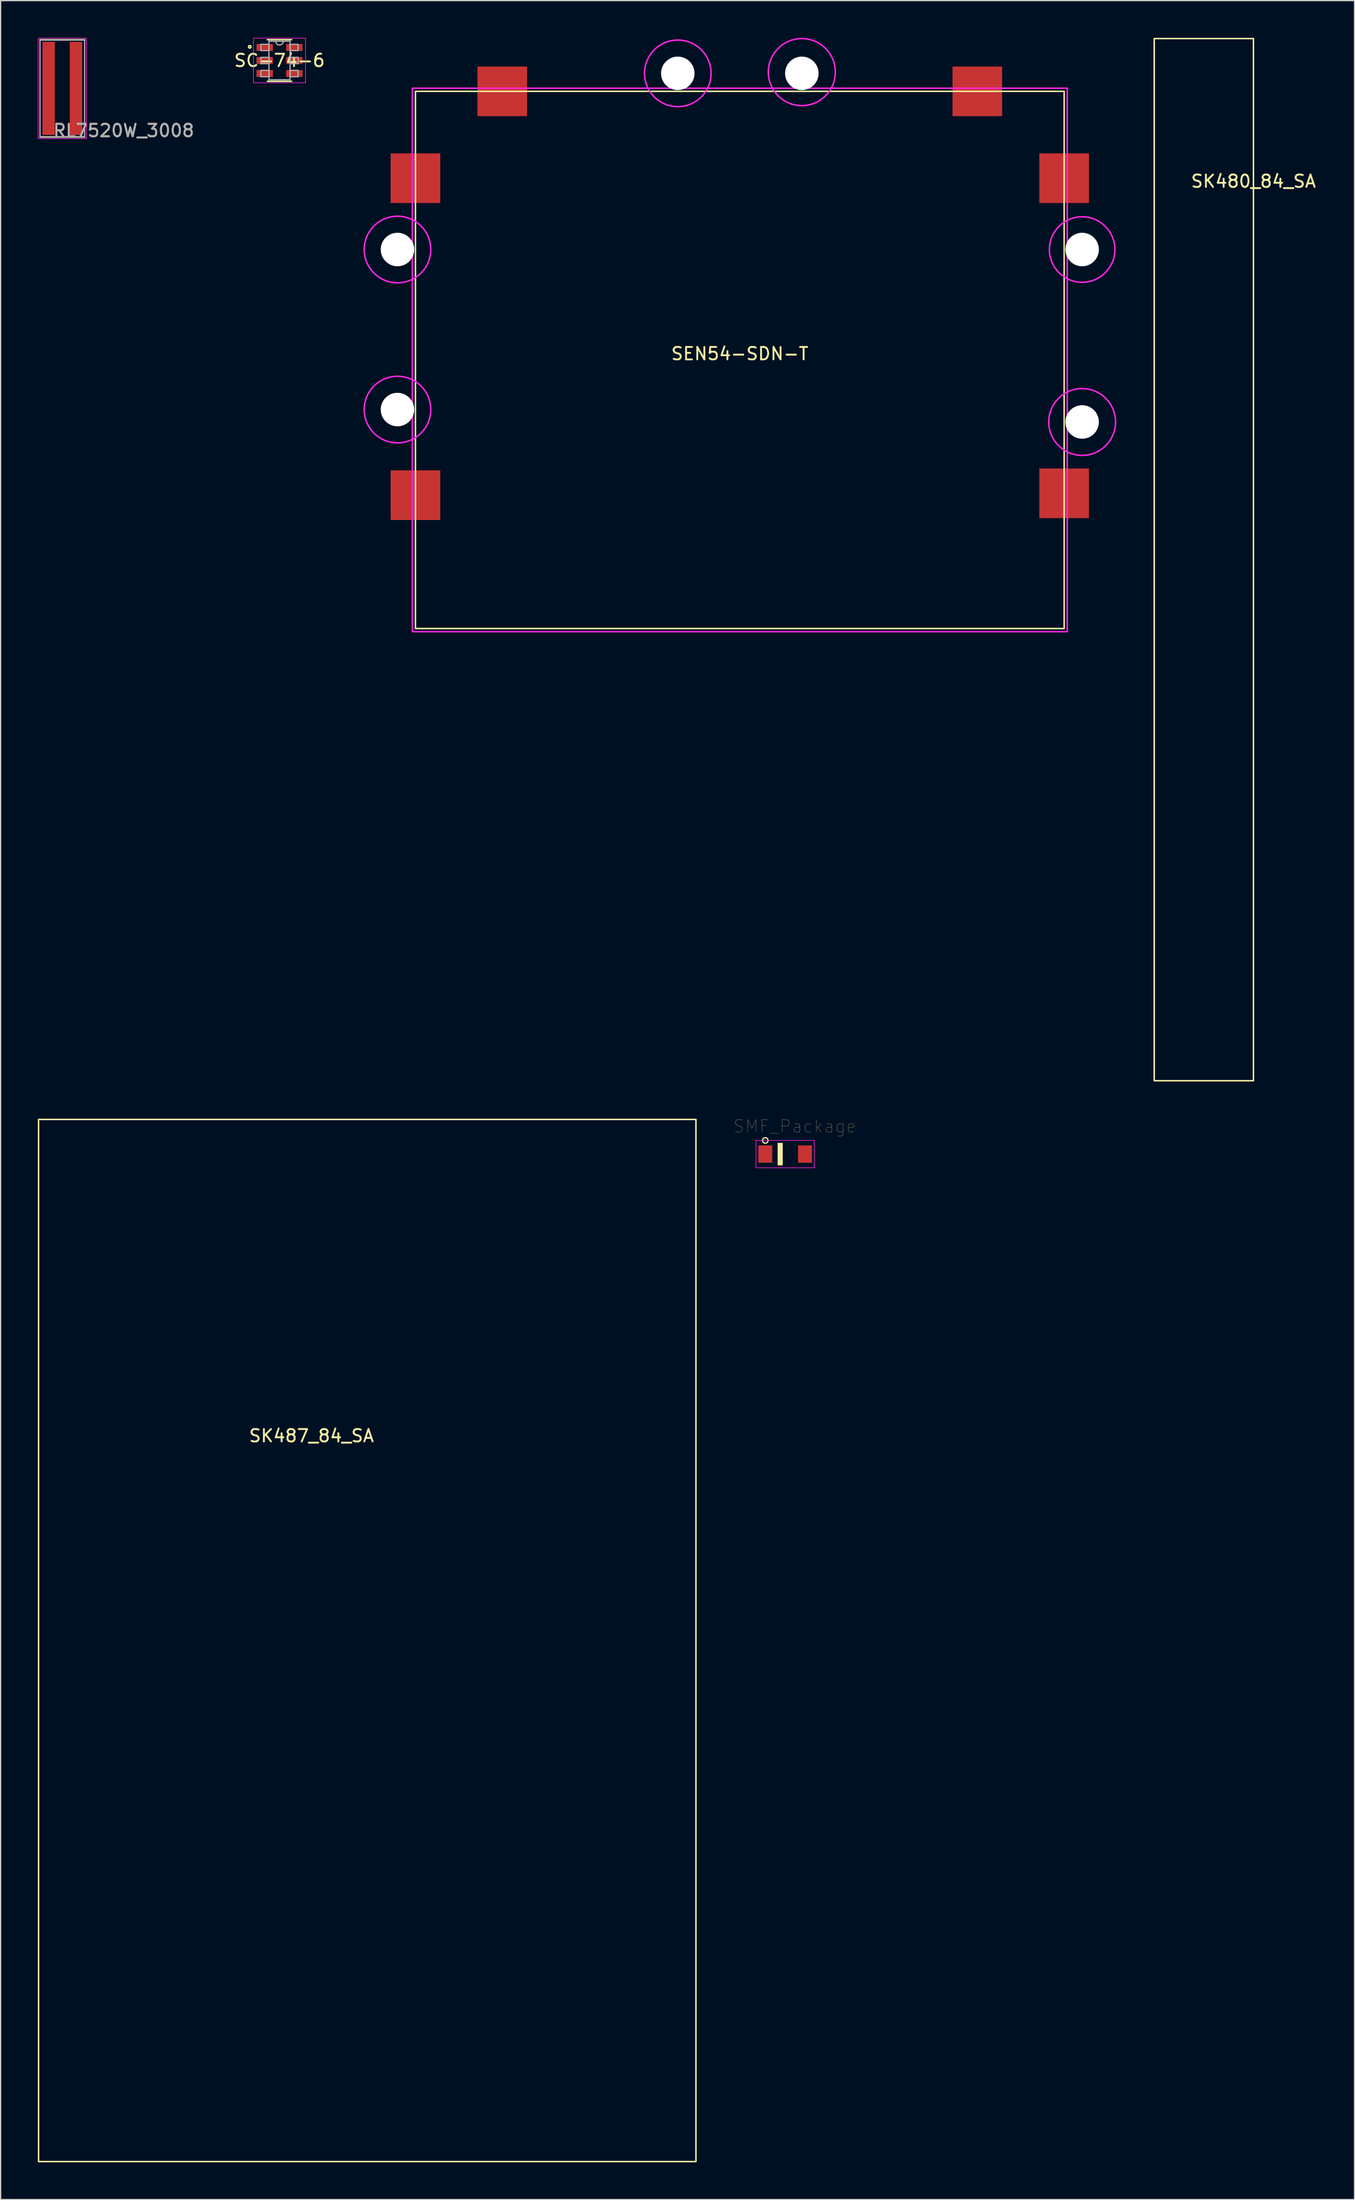
<source format=kicad_pcb>
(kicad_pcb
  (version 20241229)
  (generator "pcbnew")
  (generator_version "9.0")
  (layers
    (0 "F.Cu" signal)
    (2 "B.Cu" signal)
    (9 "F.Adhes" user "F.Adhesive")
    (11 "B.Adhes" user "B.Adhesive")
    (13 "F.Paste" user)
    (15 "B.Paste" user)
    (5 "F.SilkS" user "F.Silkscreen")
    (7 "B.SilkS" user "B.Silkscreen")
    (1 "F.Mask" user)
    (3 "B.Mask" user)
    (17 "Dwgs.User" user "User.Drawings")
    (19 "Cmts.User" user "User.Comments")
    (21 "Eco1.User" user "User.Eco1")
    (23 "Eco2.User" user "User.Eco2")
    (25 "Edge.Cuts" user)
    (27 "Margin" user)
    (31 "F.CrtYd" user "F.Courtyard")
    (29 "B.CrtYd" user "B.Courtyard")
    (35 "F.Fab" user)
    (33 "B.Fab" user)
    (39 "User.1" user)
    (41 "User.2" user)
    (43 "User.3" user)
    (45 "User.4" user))
  (footprint "SEN54-SDN-T"
    (layer "F.Cu")
    (at 56.596 25.962)
    (property "Reference" "SEN54-SDN-T" (at 0 -0.5 0) (unlocked yes) (layer "F.SilkS") (effects (font (size 1 1) (thickness 0.15))))
    (attr smd)
    (fp_rect (start -26.15 -21.65) (end 26.15 21.65) (stroke (width 0.12) (type default)) (fill no) (layer "F.SilkS"))
    (fp_rect (start -26.4 -21.9) (end 26.4 21.9) (stroke (width 0.12) (type default)) (fill no) (layer "F.CrtYd"))
    (fp_circle (center -27.6 -8.9) (end -24.917 -8.9) (stroke (width 0.12) (type default)) (fill no) (layer "F.CrtYd"))
    (fp_circle (center -27.6 4) (end -24.917 4) (stroke (width 0.12) (type default)) (fill no) (layer "F.CrtYd"))
    (fp_circle (center -5 -23.1) (end -2.317 -23.1) (stroke (width 0.12) (type default)) (fill no) (layer "F.CrtYd"))
    (fp_circle (center 5 -23.2) (end 7.1 -21.5) (stroke (width 0.12) (type default)) (fill no) (layer "F.CrtYd"))
    (fp_circle (center 27.6 -8.9) (end 30 -7.8) (stroke (width 0.12) (type default)) (fill no) (layer "F.CrtYd"))
    (fp_circle (center 27.6 5) (end 30.293 5) (stroke (width 0.12) (type default)) (fill no) (layer "F.CrtYd"))
    (pad "" np_thru_hole circle (at -27.6 -8.9) (size 2.7 2.7) (drill 2.7) (layers "*.Cu" "*.Mask"))
    (pad "" np_thru_hole circle (at -27.6 4) (size 2.7 2.7) (drill 2.7) (layers "*.Cu" "*.Mask"))
    (pad "" np_thru_hole circle (at -5 -23.1) (size 2.7 2.7) (drill 2.7) (layers "*.Cu" "*.Mask"))
    (pad "" np_thru_hole circle (at 5 -23.1) (size 2.7 2.7) (drill 2.7) (layers "*.Cu" "*.Mask"))
    (pad "" np_thru_hole circle (at 27.6 -8.9) (size 2.7 2.7) (drill 2.7) (layers "*.Cu" "*.Mask"))
    (pad "" np_thru_hole circle (at 27.6 5) (size 2.7 2.7) (drill 2.7) (layers "*.Cu" "*.Mask"))
    (pad "1" smd rect (at -26.15 -14.65) (size 4 4) (layers "F.Cu" "F.Mask" "F.Paste"))
    (pad "1" smd rect (at -26.15 10.9) (size 4 4) (layers "F.Cu" "F.Mask" "F.Paste"))
    (pad "1" smd rect (at -19.15 -21.65) (size 4 4) (layers "F.Cu" "F.Mask" "F.Paste"))
    (pad "1" smd rect (at 19.15 -21.65) (size 4 4) (layers "F.Cu" "F.Mask" "F.Paste"))
    (pad "1" smd rect (at 26.15 -14.65) (size 4 4) (layers "F.Cu" "F.Mask" "F.Paste"))
    (pad "1" smd rect (at 26.15 10.75) (size 4 4) (layers "F.Cu" "F.Mask" "F.Paste")))
  (footprint "SC-74-6"
    (layer "F.Cu")
    (at 19.485 1.825)
    (property "Reference" "SC-74-6" (at 0 0 0) (layer "F.SilkS") (effects (font (size 1 1) (thickness 0.15))))
    (attr through_hole)
    (fp_line (start -0.978 1.676) (end 0.978 1.676) (stroke (width 0.12) (type solid)) (layer "F.SilkS"))
    (fp_line (start 0.978 -1.676) (end -0.978 -1.676) (stroke (width 0.12) (type solid)) (layer "F.SilkS"))
    (fp_circle (center -2.4 -1.1) (end -2.5 -1.1) (stroke (width 0.12) (type solid)) (fill no) (layer "F.SilkS"))
    (fp_line (start -2.1 -1.8) (end 2.1 -1.8) (stroke (width 0.05) (type solid)) (layer "F.CrtYd"))
    (fp_line (start -2.1 1.8) (end -2.1 -1.8) (stroke (width 0.05) (type solid)) (layer "F.CrtYd"))
    (fp_line (start 1.1 1.8) (end -2.1 1.8) (stroke (width 0.05) (type solid)) (layer "F.CrtYd"))
    (fp_line (start 1.1 1.8) (end 2.1 1.8) (stroke (width 0.05) (type solid)) (layer "F.CrtYd"))
    (fp_line (start 2.1 -1.8) (end 2.1 1.6) (stroke (width 0.05) (type solid)) (layer "F.CrtYd"))
    (fp_line (start 2.1 1.8) (end 2.1 1.6) (stroke (width 0.05) (type solid)) (layer "F.CrtYd"))
    (fp_line (start -1.499 -1.304) (end -1.499 -0.796) (stroke (width 0.1) (type solid)) (layer "F.Fab"))
    (fp_line (start -1.499 -0.796) (end -0.851 -0.796) (stroke (width 0.1) (type solid)) (layer "F.Fab"))
    (fp_line (start -1.499 -0.254) (end -1.499 0.254) (stroke (width 0.1) (type solid)) (layer "F.Fab"))
    (fp_line (start -1.499 0.254) (end -0.851 0.254) (stroke (width 0.1) (type solid)) (layer "F.Fab"))
    (fp_line (start -1.499 0.796) (end -1.499 1.304) (stroke (width 0.1) (type solid)) (layer "F.Fab"))
    (fp_line (start -1.499 1.304) (end -0.851 1.304) (stroke (width 0.1) (type solid)) (layer "F.Fab"))
    (fp_line (start -0.851 -1.549) (end -0.851 1.549) (stroke (width 0.1) (type solid)) (layer "F.Fab"))
    (fp_line (start -0.851 -1.304) (end -1.499 -1.304) (stroke (width 0.1) (type solid)) (layer "F.Fab"))
    (fp_line (start -0.851 -0.796) (end -0.851 -1.304) (stroke (width 0.1) (type solid)) (layer "F.Fab"))
    (fp_line (start -0.851 -0.254) (end -1.499 -0.254) (stroke (width 0.1) (type solid)) (layer "F.Fab"))
    (fp_line (start -0.851 0.254) (end -0.851 -0.254) (stroke (width 0.1) (type solid)) (layer "F.Fab"))
    (fp_line (start -0.851 0.796) (end -1.499 0.796) (stroke (width 0.1) (type solid)) (layer "F.Fab"))
    (fp_line (start -0.851 1.304) (end -0.851 0.796) (stroke (width 0.1) (type solid)) (layer "F.Fab"))
    (fp_line (start -0.851 1.549) (end 0.851 1.549) (stroke (width 0.1) (type solid)) (layer "F.Fab"))
    (fp_line (start 0.851 -1.549) (end -0.851 -1.549) (stroke (width 0.1) (type solid)) (layer "F.Fab"))
    (fp_line (start 0.851 -1.304) (end 0.851 -0.796) (stroke (width 0.1) (type solid)) (layer "F.Fab"))
    (fp_line (start 0.851 -0.796) (end 1.499 -0.796) (stroke (width 0.1) (type solid)) (layer "F.Fab"))
    (fp_line (start 0.851 -0.254) (end 0.851 0.254) (stroke (width 0.1) (type solid)) (layer "F.Fab"))
    (fp_line (start 0.851 0.254) (end 1.499 0.254) (stroke (width 0.1) (type solid)) (layer "F.Fab"))
    (fp_line (start 0.851 0.796) (end 0.851 1.304) (stroke (width 0.1) (type solid)) (layer "F.Fab"))
    (fp_line (start 0.851 1.304) (end 1.499 1.304) (stroke (width 0.1) (type solid)) (layer "F.Fab"))
    (fp_line (start 0.851 1.549) (end 0.851 -1.549) (stroke (width 0.1) (type solid)) (layer "F.Fab"))
    (fp_line (start 1.499 -1.304) (end 0.851 -1.304) (stroke (width 0.1) (type solid)) (layer "F.Fab"))
    (fp_line (start 1.499 -0.796) (end 1.499 -1.304) (stroke (width 0.1) (type solid)) (layer "F.Fab"))
    (fp_line (start 1.499 -0.254) (end 0.851 -0.254) (stroke (width 0.1) (type solid)) (layer "F.Fab"))
    (fp_line (start 1.499 0.254) (end 1.499 -0.254) (stroke (width 0.1) (type solid)) (layer "F.Fab"))
    (fp_line (start 1.499 0.796) (end 0.851 0.796) (stroke (width 0.1) (type solid)) (layer "F.Fab"))
    (fp_line (start 1.499 1.304) (end 1.499 0.796) (stroke (width 0.1) (type solid)) (layer "F.Fab"))
    (fp_arc (start 0.3048 -1.5494) (mid 0 -1.2446) (end -0.3048 -1.5494) (stroke (width 0.1) (type solid)) (layer "F.Fab"))
    (pad "1" smd rect (at -1.194 -1.05) (size 1.321 0.559) (layers "F.Cu" "F.Mask" "F.Paste"))
    (pad "2" smd rect (at -1.194 0) (size 1.321 0.559) (layers "F.Cu" "F.Mask" "F.Paste"))
    (pad "3" smd rect (at -1.194 1.05) (size 1.321 0.559) (layers "F.Cu" "F.Mask" "F.Paste"))
    (pad "4" smd rect (at 1.194 1.05) (size 1.321 0.559) (layers "F.Cu" "F.Mask" "F.Paste"))
    (pad "5" smd rect (at 1.194 0) (size 1.321 0.559) (layers "F.Cu" "F.Mask" "F.Paste"))
    (pad "6" smd rect (at 1.194 -1.05) (size 1.321 0.559) (layers "F.Cu" "F.Mask" "F.Paste")))
  (footprint "RL7520W_3008"
    (layer "F.Cu")
    (at 1.975 4.075)
    (property "Reference" "RL7520W_3008" (at 4.95 3.4 0) (layer "F.SilkS") (effects (font (size 1 1) (thickness 0.15))))
    (attr smd)
    (fp_line (start -1.8 -3.92) (end 1.8 -3.92) (stroke (width 0.12) (type solid)) (layer "F.SilkS"))
    (fp_line (start 1.8 3.92) (end -1.8 3.92) (stroke (width 0.12) (type solid)) (layer "F.SilkS"))
    (fp_line (start -1.95 -4.05) (end 1.95 -4.05) (stroke (width 0.05) (type solid)) (layer "F.CrtYd"))
    (fp_line (start -1.95 4.05) (end -1.95 -4.05) (stroke (width 0.05) (type solid)) (layer "F.CrtYd"))
    (fp_line (start 1.95 -4.05) (end 1.95 4.05) (stroke (width 0.05) (type solid)) (layer "F.CrtYd"))
    (fp_line (start 1.95 4.05) (end -1.95 4.05) (stroke (width 0.05) (type solid)) (layer "F.CrtYd"))
    (fp_line (start -1.8 -3.9) (end -1.8 3.9) (stroke (width 0.1) (type solid)) (layer "F.Fab"))
    (fp_line (start -1.8 -3.9) (end 1.8 -3.9) (stroke (width 0.1) (type solid)) (layer "F.Fab"))
    (fp_line (start 1.8 -3.9) (end 1.8 3.9) (stroke (width 0.1) (type solid)) (layer "F.Fab"))
    (fp_line (start 1.8 3.9) (end -1.8 3.9) (stroke (width 0.1) (type solid)) (layer "F.Fab"))
    (fp_text user "${REFERENCE}" (at 4.95 3.4 0) (layer "F.Fab") (effects (font (size 1 1) (thickness 0.15))))
    (pad "1" smd rect (at -1.1 0) (size 1 7.5) (layers "F.Cu" "F.Mask" "F.Paste"))
    (pad "2" smd rect (at 1.1 0) (size 1 7.5) (layers "F.Cu" "F.Mask" "F.Paste")))
  (footprint "SK487_84_SA"
    (layer "F.Cu")
    (at 26.06 129.18)
    (property "Reference" "SK487_84_SA" (at -4 -16.5 0) (unlocked yes) (layer "F.SilkS") (effects (font (size 1 1) (thickness 0.15))))
    (attr smd)
    (fp_rect (start -26 -42) (end 27 42) (stroke (width 0.12) (type solid)) (fill no) (layer "F.SilkS")))
  (footprint "SMF_Package"
    (layer "F.Cu")
    (at 60.253 89.973)
    (property "Reference" "SMF_Package" (at 0.777 -2.24 0) (layer "F.SilkS") (effects (font (size 1.002 1.002) (thickness 0.015))))
    (attr through_hole)
    (fp_circle (center -1.6 -1.1) (end -1.376 -1.1) (stroke (width 0.1) (type solid)) (fill no) (layer "F.SilkS"))
    (fp_poly (pts (xy -0.601 -0.9) (xy -0.2 -0.9) (xy -0.2 0.902) (xy -0.601 0.902)) (stroke (width 0.01) (type solid)) (fill yes) (layer "F.SilkS"))
    (fp_line (start -2.35 -1.1) (end 2.35 -1.1) (stroke (width 0.05) (type solid)) (layer "F.CrtYd"))
    (fp_line (start -2.35 1.1) (end -2.35 -1.1) (stroke (width 0.05) (type solid)) (layer "F.CrtYd"))
    (fp_line (start 2.35 -1.1) (end 2.35 1.1) (stroke (width 0.05) (type solid)) (layer "F.CrtYd"))
    (fp_line (start 2.35 1.1) (end -2.35 1.1) (stroke (width 0.05) (type solid)) (layer "F.CrtYd"))
    (pad "1" smd rect (at 1.6 0) (size 1.12 1.4) (layers "F.Cu" "F.Mask" "F.Paste"))
    (pad "2" smd rect (at -1.6 0) (size 1.12 1.4) (layers "F.Cu" "F.Mask" "F.Paste")))
  (footprint "SK480_84_SA"
    (layer "F.Cu")
    (at 94.008 12.06)
    (property "Reference" "SK480_84_SA" (at 4 -0.5 0) (unlocked yes) (layer "F.SilkS") (effects (font (size 1 1) (thickness 0.15))))
    (attr smd)
    (fp_rect (start -4 -12) (end 4 72) (stroke (width 0.12) (type solid)) (fill no) (layer "F.SilkS")))
  (gr_rect
    (start -3 -3)
    (end 106.157 174.24)
    (stroke (width 0.1) (type default))
    (fill no)
    (layer "Edge.Cuts")))
</source>
